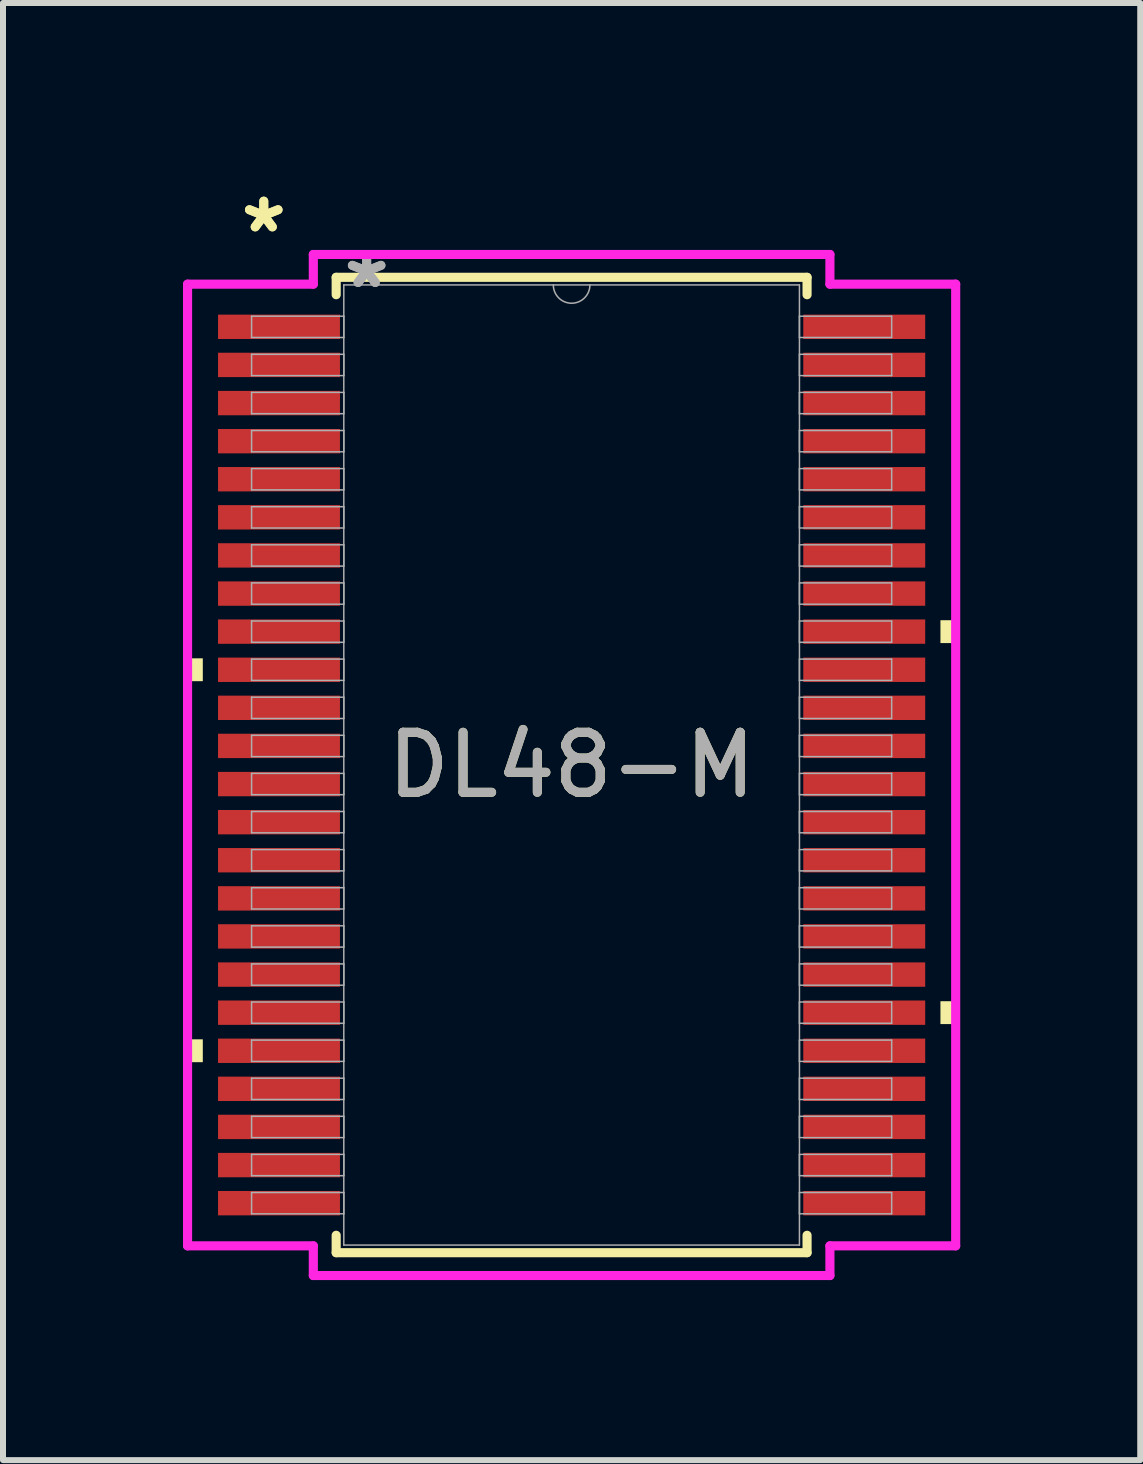
<source format=kicad_pcb>
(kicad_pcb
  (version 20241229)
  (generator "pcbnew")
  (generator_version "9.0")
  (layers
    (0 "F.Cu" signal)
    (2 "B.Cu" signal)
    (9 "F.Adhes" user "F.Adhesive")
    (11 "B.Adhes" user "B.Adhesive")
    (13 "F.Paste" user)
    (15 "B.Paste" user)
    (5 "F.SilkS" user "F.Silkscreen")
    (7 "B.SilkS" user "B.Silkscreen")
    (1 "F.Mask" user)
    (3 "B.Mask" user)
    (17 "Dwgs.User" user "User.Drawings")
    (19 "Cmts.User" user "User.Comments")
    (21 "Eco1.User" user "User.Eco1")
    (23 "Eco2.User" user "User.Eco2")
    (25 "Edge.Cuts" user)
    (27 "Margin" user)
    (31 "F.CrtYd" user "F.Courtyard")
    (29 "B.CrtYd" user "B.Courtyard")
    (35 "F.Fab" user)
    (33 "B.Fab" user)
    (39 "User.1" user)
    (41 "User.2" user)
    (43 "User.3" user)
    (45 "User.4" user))
  (footprint "DL48-M"
    (layer "F.Cu")
    (at 6.477 9.7)
    (property "Reference" "DL48-M" (at 0 0 0) (unlocked yes) (layer "F.SilkS") (effects (font (size 1 1) (thickness 0.15))))
    (attr smd)
    (fp_line (start -3.924 -8.128) (end -3.924 -7.838) (stroke (width 0.152) (type solid)) (layer "F.SilkS"))
    (fp_line (start -3.924 7.838) (end -3.924 8.128) (stroke (width 0.152) (type solid)) (layer "F.SilkS"))
    (fp_line (start -3.924 8.128) (end 3.924 8.128) (stroke (width 0.152) (type solid)) (layer "F.SilkS"))
    (fp_line (start 3.924 -8.128) (end -3.924 -8.128) (stroke (width 0.152) (type solid)) (layer "F.SilkS"))
    (fp_line (start 3.924 -7.838) (end 3.924 -8.128) (stroke (width 0.152) (type solid)) (layer "F.SilkS"))
    (fp_line (start 3.924 8.128) (end 3.924 7.838) (stroke (width 0.152) (type solid)) (layer "F.SilkS"))
    (fp_poly (pts (xy -6.401 -1.778) (xy -6.401 -1.397) (xy -6.147 -1.397) (xy -6.147 -1.778)) (stroke (width 0) (type solid)) (fill yes) (layer "F.SilkS"))
    (fp_poly (pts (xy -6.401 4.572) (xy -6.401 4.953) (xy -6.147 4.953) (xy -6.147 4.572)) (stroke (width 0) (type solid)) (fill yes) (layer "F.SilkS"))
    (fp_poly (pts (xy 6.401 -2.413) (xy 6.401 -2.032) (xy 6.147 -2.032) (xy 6.147 -2.413)) (stroke (width 0) (type solid)) (fill yes) (layer "F.SilkS"))
    (fp_poly (pts (xy 6.401 3.937) (xy 6.401 4.318) (xy 6.147 4.318) (xy 6.147 3.937)) (stroke (width 0) (type solid)) (fill yes) (layer "F.SilkS"))
    (fp_line (start -6.401 -8.014) (end -4.305 -8.014) (stroke (width 0.152) (type solid)) (layer "F.CrtYd"))
    (fp_line (start -6.401 8.014) (end -6.401 -8.014) (stroke (width 0.152) (type solid)) (layer "F.CrtYd"))
    (fp_line (start -6.401 8.014) (end -4.305 8.014) (stroke (width 0.152) (type solid)) (layer "F.CrtYd"))
    (fp_line (start -4.305 -8.509) (end 4.305 -8.509) (stroke (width 0.152) (type solid)) (layer "F.CrtYd"))
    (fp_line (start -4.305 -8.014) (end -4.305 -8.509) (stroke (width 0.152) (type solid)) (layer "F.CrtYd"))
    (fp_line (start -4.305 8.509) (end -4.305 8.014) (stroke (width 0.152) (type solid)) (layer "F.CrtYd"))
    (fp_line (start 4.305 -8.509) (end 4.305 -8.014) (stroke (width 0.152) (type solid)) (layer "F.CrtYd"))
    (fp_line (start 4.305 8.014) (end 4.305 8.509) (stroke (width 0.152) (type solid)) (layer "F.CrtYd"))
    (fp_line (start 4.305 8.509) (end -4.305 8.509) (stroke (width 0.152) (type solid)) (layer "F.CrtYd"))
    (fp_line (start 6.401 -8.014) (end 4.305 -8.014) (stroke (width 0.152) (type solid)) (layer "F.CrtYd"))
    (fp_line (start 6.401 -8.014) (end 6.401 8.014) (stroke (width 0.152) (type solid)) (layer "F.CrtYd"))
    (fp_line (start 6.401 8.014) (end 4.305 8.014) (stroke (width 0.152) (type solid)) (layer "F.CrtYd"))
    (fp_line (start -5.334 -7.48) (end -5.334 -7.125) (stroke (width 0.025) (type solid)) (layer "F.Fab"))
    (fp_line (start -5.334 -7.125) (end -3.797 -7.125) (stroke (width 0.025) (type solid)) (layer "F.Fab"))
    (fp_line (start -5.334 -6.845) (end -5.334 -6.49) (stroke (width 0.025) (type solid)) (layer "F.Fab"))
    (fp_line (start -5.334 -6.49) (end -3.797 -6.49) (stroke (width 0.025) (type solid)) (layer "F.Fab"))
    (fp_line (start -5.334 -6.21) (end -5.334 -5.855) (stroke (width 0.025) (type solid)) (layer "F.Fab"))
    (fp_line (start -5.334 -5.855) (end -3.797 -5.855) (stroke (width 0.025) (type solid)) (layer "F.Fab"))
    (fp_line (start -5.334 -5.575) (end -5.334 -5.22) (stroke (width 0.025) (type solid)) (layer "F.Fab"))
    (fp_line (start -5.334 -5.22) (end -3.797 -5.22) (stroke (width 0.025) (type solid)) (layer "F.Fab"))
    (fp_line (start -5.334 -4.94) (end -5.334 -4.585) (stroke (width 0.025) (type solid)) (layer "F.Fab"))
    (fp_line (start -5.334 -4.585) (end -3.797 -4.585) (stroke (width 0.025) (type solid)) (layer "F.Fab"))
    (fp_line (start -5.334 -4.305) (end -5.334 -3.95) (stroke (width 0.025) (type solid)) (layer "F.Fab"))
    (fp_line (start -5.334 -3.95) (end -3.797 -3.95) (stroke (width 0.025) (type solid)) (layer "F.Fab"))
    (fp_line (start -5.334 -3.67) (end -5.334 -3.315) (stroke (width 0.025) (type solid)) (layer "F.Fab"))
    (fp_line (start -5.334 -3.315) (end -3.797 -3.315) (stroke (width 0.025) (type solid)) (layer "F.Fab"))
    (fp_line (start -5.334 -3.035) (end -5.334 -2.68) (stroke (width 0.025) (type solid)) (layer "F.Fab"))
    (fp_line (start -5.334 -2.68) (end -3.797 -2.68) (stroke (width 0.025) (type solid)) (layer "F.Fab"))
    (fp_line (start -5.334 -2.4) (end -5.334 -2.045) (stroke (width 0.025) (type solid)) (layer "F.Fab"))
    (fp_line (start -5.334 -2.045) (end -3.797 -2.045) (stroke (width 0.025) (type solid)) (layer "F.Fab"))
    (fp_line (start -5.334 -1.765) (end -5.334 -1.41) (stroke (width 0.025) (type solid)) (layer "F.Fab"))
    (fp_line (start -5.334 -1.41) (end -3.797 -1.41) (stroke (width 0.025) (type solid)) (layer "F.Fab"))
    (fp_line (start -5.334 -1.13) (end -5.334 -0.775) (stroke (width 0.025) (type solid)) (layer "F.Fab"))
    (fp_line (start -5.334 -0.775) (end -3.797 -0.775) (stroke (width 0.025) (type solid)) (layer "F.Fab"))
    (fp_line (start -5.334 -0.495) (end -5.334 -0.14) (stroke (width 0.025) (type solid)) (layer "F.Fab"))
    (fp_line (start -5.334 -0.14) (end -3.797 -0.14) (stroke (width 0.025) (type solid)) (layer "F.Fab"))
    (fp_line (start -5.334 0.14) (end -5.334 0.495) (stroke (width 0.025) (type solid)) (layer "F.Fab"))
    (fp_line (start -5.334 0.495) (end -3.797 0.495) (stroke (width 0.025) (type solid)) (layer "F.Fab"))
    (fp_line (start -5.334 0.775) (end -5.334 1.13) (stroke (width 0.025) (type solid)) (layer "F.Fab"))
    (fp_line (start -5.334 1.13) (end -3.797 1.13) (stroke (width 0.025) (type solid)) (layer "F.Fab"))
    (fp_line (start -5.334 1.41) (end -5.334 1.765) (stroke (width 0.025) (type solid)) (layer "F.Fab"))
    (fp_line (start -5.334 1.765) (end -3.797 1.765) (stroke (width 0.025) (type solid)) (layer "F.Fab"))
    (fp_line (start -5.334 2.045) (end -5.334 2.4) (stroke (width 0.025) (type solid)) (layer "F.Fab"))
    (fp_line (start -5.334 2.4) (end -3.797 2.4) (stroke (width 0.025) (type solid)) (layer "F.Fab"))
    (fp_line (start -5.334 2.68) (end -5.334 3.035) (stroke (width 0.025) (type solid)) (layer "F.Fab"))
    (fp_line (start -5.334 3.035) (end -3.797 3.035) (stroke (width 0.025) (type solid)) (layer "F.Fab"))
    (fp_line (start -5.334 3.315) (end -5.334 3.67) (stroke (width 0.025) (type solid)) (layer "F.Fab"))
    (fp_line (start -5.334 3.67) (end -3.797 3.67) (stroke (width 0.025) (type solid)) (layer "F.Fab"))
    (fp_line (start -5.334 3.95) (end -5.334 4.305) (stroke (width 0.025) (type solid)) (layer "F.Fab"))
    (fp_line (start -5.334 4.305) (end -3.797 4.305) (stroke (width 0.025) (type solid)) (layer "F.Fab"))
    (fp_line (start -5.334 4.585) (end -5.334 4.94) (stroke (width 0.025) (type solid)) (layer "F.Fab"))
    (fp_line (start -5.334 4.94) (end -3.797 4.94) (stroke (width 0.025) (type solid)) (layer "F.Fab"))
    (fp_line (start -5.334 5.22) (end -5.334 5.575) (stroke (width 0.025) (type solid)) (layer "F.Fab"))
    (fp_line (start -5.334 5.575) (end -3.797 5.575) (stroke (width 0.025) (type solid)) (layer "F.Fab"))
    (fp_line (start -5.334 5.855) (end -5.334 6.21) (stroke (width 0.025) (type solid)) (layer "F.Fab"))
    (fp_line (start -5.334 6.21) (end -3.797 6.21) (stroke (width 0.025) (type solid)) (layer "F.Fab"))
    (fp_line (start -5.334 6.49) (end -5.334 6.845) (stroke (width 0.025) (type solid)) (layer "F.Fab"))
    (fp_line (start -5.334 6.845) (end -3.797 6.845) (stroke (width 0.025) (type solid)) (layer "F.Fab"))
    (fp_line (start -5.334 7.125) (end -5.334 7.48) (stroke (width 0.025) (type solid)) (layer "F.Fab"))
    (fp_line (start -5.334 7.48) (end -3.797 7.48) (stroke (width 0.025) (type solid)) (layer "F.Fab"))
    (fp_line (start -3.797 -8.001) (end -3.797 8.001) (stroke (width 0.025) (type solid)) (layer "F.Fab"))
    (fp_line (start -3.797 -7.48) (end -5.334 -7.48) (stroke (width 0.025) (type solid)) (layer "F.Fab"))
    (fp_line (start -3.797 -7.125) (end -3.797 -7.48) (stroke (width 0.025) (type solid)) (layer "F.Fab"))
    (fp_line (start -3.797 -6.845) (end -5.334 -6.845) (stroke (width 0.025) (type solid)) (layer "F.Fab"))
    (fp_line (start -3.797 -6.49) (end -3.797 -6.845) (stroke (width 0.025) (type solid)) (layer "F.Fab"))
    (fp_line (start -3.797 -6.21) (end -5.334 -6.21) (stroke (width 0.025) (type solid)) (layer "F.Fab"))
    (fp_line (start -3.797 -5.855) (end -3.797 -6.21) (stroke (width 0.025) (type solid)) (layer "F.Fab"))
    (fp_line (start -3.797 -5.575) (end -5.334 -5.575) (stroke (width 0.025) (type solid)) (layer "F.Fab"))
    (fp_line (start -3.797 -5.22) (end -3.797 -5.575) (stroke (width 0.025) (type solid)) (layer "F.Fab"))
    (fp_line (start -3.797 -4.94) (end -5.334 -4.94) (stroke (width 0.025) (type solid)) (layer "F.Fab"))
    (fp_line (start -3.797 -4.585) (end -3.797 -4.94) (stroke (width 0.025) (type solid)) (layer "F.Fab"))
    (fp_line (start -3.797 -4.305) (end -5.334 -4.305) (stroke (width 0.025) (type solid)) (layer "F.Fab"))
    (fp_line (start -3.797 -3.95) (end -3.797 -4.305) (stroke (width 0.025) (type solid)) (layer "F.Fab"))
    (fp_line (start -3.797 -3.67) (end -5.334 -3.67) (stroke (width 0.025) (type solid)) (layer "F.Fab"))
    (fp_line (start -3.797 -3.315) (end -3.797 -3.67) (stroke (width 0.025) (type solid)) (layer "F.Fab"))
    (fp_line (start -3.797 -3.035) (end -5.334 -3.035) (stroke (width 0.025) (type solid)) (layer "F.Fab"))
    (fp_line (start -3.797 -2.68) (end -3.797 -3.035) (stroke (width 0.025) (type solid)) (layer "F.Fab"))
    (fp_line (start -3.797 -2.4) (end -5.334 -2.4) (stroke (width 0.025) (type solid)) (layer "F.Fab"))
    (fp_line (start -3.797 -2.045) (end -3.797 -2.4) (stroke (width 0.025) (type solid)) (layer "F.Fab"))
    (fp_line (start -3.797 -1.765) (end -5.334 -1.765) (stroke (width 0.025) (type solid)) (layer "F.Fab"))
    (fp_line (start -3.797 -1.41) (end -3.797 -1.765) (stroke (width 0.025) (type solid)) (layer "F.Fab"))
    (fp_line (start -3.797 -1.13) (end -5.334 -1.13) (stroke (width 0.025) (type solid)) (layer "F.Fab"))
    (fp_line (start -3.797 -0.775) (end -3.797 -1.13) (stroke (width 0.025) (type solid)) (layer "F.Fab"))
    (fp_line (start -3.797 -0.495) (end -5.334 -0.495) (stroke (width 0.025) (type solid)) (layer "F.Fab"))
    (fp_line (start -3.797 -0.14) (end -3.797 -0.495) (stroke (width 0.025) (type solid)) (layer "F.Fab"))
    (fp_line (start -3.797 0.14) (end -5.334 0.14) (stroke (width 0.025) (type solid)) (layer "F.Fab"))
    (fp_line (start -3.797 0.495) (end -3.797 0.14) (stroke (width 0.025) (type solid)) (layer "F.Fab"))
    (fp_line (start -3.797 0.775) (end -5.334 0.775) (stroke (width 0.025) (type solid)) (layer "F.Fab"))
    (fp_line (start -3.797 1.13) (end -3.797 0.775) (stroke (width 0.025) (type solid)) (layer "F.Fab"))
    (fp_line (start -3.797 1.41) (end -5.334 1.41) (stroke (width 0.025) (type solid)) (layer "F.Fab"))
    (fp_line (start -3.797 1.765) (end -3.797 1.41) (stroke (width 0.025) (type solid)) (layer "F.Fab"))
    (fp_line (start -3.797 2.045) (end -5.334 2.045) (stroke (width 0.025) (type solid)) (layer "F.Fab"))
    (fp_line (start -3.797 2.4) (end -3.797 2.045) (stroke (width 0.025) (type solid)) (layer "F.Fab"))
    (fp_line (start -3.797 2.68) (end -5.334 2.68) (stroke (width 0.025) (type solid)) (layer "F.Fab"))
    (fp_line (start -3.797 3.035) (end -3.797 2.68) (stroke (width 0.025) (type solid)) (layer "F.Fab"))
    (fp_line (start -3.797 3.315) (end -5.334 3.315) (stroke (width 0.025) (type solid)) (layer "F.Fab"))
    (fp_line (start -3.797 3.67) (end -3.797 3.315) (stroke (width 0.025) (type solid)) (layer "F.Fab"))
    (fp_line (start -3.797 3.95) (end -5.334 3.95) (stroke (width 0.025) (type solid)) (layer "F.Fab"))
    (fp_line (start -3.797 4.305) (end -3.797 3.95) (stroke (width 0.025) (type solid)) (layer "F.Fab"))
    (fp_line (start -3.797 4.585) (end -5.334 4.585) (stroke (width 0.025) (type solid)) (layer "F.Fab"))
    (fp_line (start -3.797 4.94) (end -3.797 4.585) (stroke (width 0.025) (type solid)) (layer "F.Fab"))
    (fp_line (start -3.797 5.22) (end -5.334 5.22) (stroke (width 0.025) (type solid)) (layer "F.Fab"))
    (fp_line (start -3.797 5.575) (end -3.797 5.22) (stroke (width 0.025) (type solid)) (layer "F.Fab"))
    (fp_line (start -3.797 5.855) (end -5.334 5.855) (stroke (width 0.025) (type solid)) (layer "F.Fab"))
    (fp_line (start -3.797 6.21) (end -3.797 5.855) (stroke (width 0.025) (type solid)) (layer "F.Fab"))
    (fp_line (start -3.797 6.49) (end -5.334 6.49) (stroke (width 0.025) (type solid)) (layer "F.Fab"))
    (fp_line (start -3.797 6.845) (end -3.797 6.49) (stroke (width 0.025) (type solid)) (layer "F.Fab"))
    (fp_line (start -3.797 7.125) (end -5.334 7.125) (stroke (width 0.025) (type solid)) (layer "F.Fab"))
    (fp_line (start -3.797 7.48) (end -3.797 7.125) (stroke (width 0.025) (type solid)) (layer "F.Fab"))
    (fp_line (start -3.797 8.001) (end 3.797 8.001) (stroke (width 0.025) (type solid)) (layer "F.Fab"))
    (fp_line (start 3.797 -8.001) (end -3.797 -8.001) (stroke (width 0.025) (type solid)) (layer "F.Fab"))
    (fp_line (start 3.797 -7.48) (end 3.797 -7.125) (stroke (width 0.025) (type solid)) (layer "F.Fab"))
    (fp_line (start 3.797 -7.125) (end 5.334 -7.125) (stroke (width 0.025) (type solid)) (layer "F.Fab"))
    (fp_line (start 3.797 -6.845) (end 3.797 -6.49) (stroke (width 0.025) (type solid)) (layer "F.Fab"))
    (fp_line (start 3.797 -6.49) (end 5.334 -6.49) (stroke (width 0.025) (type solid)) (layer "F.Fab"))
    (fp_line (start 3.797 -6.21) (end 3.797 -5.855) (stroke (width 0.025) (type solid)) (layer "F.Fab"))
    (fp_line (start 3.797 -5.855) (end 5.334 -5.855) (stroke (width 0.025) (type solid)) (layer "F.Fab"))
    (fp_line (start 3.797 -5.575) (end 3.797 -5.22) (stroke (width 0.025) (type solid)) (layer "F.Fab"))
    (fp_line (start 3.797 -5.22) (end 5.334 -5.22) (stroke (width 0.025) (type solid)) (layer "F.Fab"))
    (fp_line (start 3.797 -4.94) (end 3.797 -4.585) (stroke (width 0.025) (type solid)) (layer "F.Fab"))
    (fp_line (start 3.797 -4.585) (end 5.334 -4.585) (stroke (width 0.025) (type solid)) (layer "F.Fab"))
    (fp_line (start 3.797 -4.305) (end 3.797 -3.95) (stroke (width 0.025) (type solid)) (layer "F.Fab"))
    (fp_line (start 3.797 -3.95) (end 5.334 -3.95) (stroke (width 0.025) (type solid)) (layer "F.Fab"))
    (fp_line (start 3.797 -3.67) (end 3.797 -3.315) (stroke (width 0.025) (type solid)) (layer "F.Fab"))
    (fp_line (start 3.797 -3.315) (end 5.334 -3.315) (stroke (width 0.025) (type solid)) (layer "F.Fab"))
    (fp_line (start 3.797 -3.035) (end 3.797 -2.68) (stroke (width 0.025) (type solid)) (layer "F.Fab"))
    (fp_line (start 3.797 -2.68) (end 5.334 -2.68) (stroke (width 0.025) (type solid)) (layer "F.Fab"))
    (fp_line (start 3.797 -2.4) (end 3.797 -2.045) (stroke (width 0.025) (type solid)) (layer "F.Fab"))
    (fp_line (start 3.797 -2.045) (end 5.334 -2.045) (stroke (width 0.025) (type solid)) (layer "F.Fab"))
    (fp_line (start 3.797 -1.765) (end 3.797 -1.41) (stroke (width 0.025) (type solid)) (layer "F.Fab"))
    (fp_line (start 3.797 -1.41) (end 5.334 -1.41) (stroke (width 0.025) (type solid)) (layer "F.Fab"))
    (fp_line (start 3.797 -1.13) (end 3.797 -0.775) (stroke (width 0.025) (type solid)) (layer "F.Fab"))
    (fp_line (start 3.797 -0.775) (end 5.334 -0.775) (stroke (width 0.025) (type solid)) (layer "F.Fab"))
    (fp_line (start 3.797 -0.495) (end 3.797 -0.14) (stroke (width 0.025) (type solid)) (layer "F.Fab"))
    (fp_line (start 3.797 -0.14) (end 5.334 -0.14) (stroke (width 0.025) (type solid)) (layer "F.Fab"))
    (fp_line (start 3.797 0.14) (end 3.797 0.495) (stroke (width 0.025) (type solid)) (layer "F.Fab"))
    (fp_line (start 3.797 0.495) (end 5.334 0.495) (stroke (width 0.025) (type solid)) (layer "F.Fab"))
    (fp_line (start 3.797 0.775) (end 3.797 1.13) (stroke (width 0.025) (type solid)) (layer "F.Fab"))
    (fp_line (start 3.797 1.13) (end 5.334 1.13) (stroke (width 0.025) (type solid)) (layer "F.Fab"))
    (fp_line (start 3.797 1.41) (end 3.797 1.765) (stroke (width 0.025) (type solid)) (layer "F.Fab"))
    (fp_line (start 3.797 1.765) (end 5.334 1.765) (stroke (width 0.025) (type solid)) (layer "F.Fab"))
    (fp_line (start 3.797 2.045) (end 3.797 2.4) (stroke (width 0.025) (type solid)) (layer "F.Fab"))
    (fp_line (start 3.797 2.4) (end 5.334 2.4) (stroke (width 0.025) (type solid)) (layer "F.Fab"))
    (fp_line (start 3.797 2.68) (end 3.797 3.035) (stroke (width 0.025) (type solid)) (layer "F.Fab"))
    (fp_line (start 3.797 3.035) (end 5.334 3.035) (stroke (width 0.025) (type solid)) (layer "F.Fab"))
    (fp_line (start 3.797 3.315) (end 3.797 3.67) (stroke (width 0.025) (type solid)) (layer "F.Fab"))
    (fp_line (start 3.797 3.67) (end 5.334 3.67) (stroke (width 0.025) (type solid)) (layer "F.Fab"))
    (fp_line (start 3.797 3.95) (end 3.797 4.305) (stroke (width 0.025) (type solid)) (layer "F.Fab"))
    (fp_line (start 3.797 4.305) (end 5.334 4.305) (stroke (width 0.025) (type solid)) (layer "F.Fab"))
    (fp_line (start 3.797 4.585) (end 3.797 4.94) (stroke (width 0.025) (type solid)) (layer "F.Fab"))
    (fp_line (start 3.797 4.94) (end 5.334 4.94) (stroke (width 0.025) (type solid)) (layer "F.Fab"))
    (fp_line (start 3.797 5.22) (end 3.797 5.575) (stroke (width 0.025) (type solid)) (layer "F.Fab"))
    (fp_line (start 3.797 5.575) (end 5.334 5.575) (stroke (width 0.025) (type solid)) (layer "F.Fab"))
    (fp_line (start 3.797 5.855) (end 3.797 6.21) (stroke (width 0.025) (type solid)) (layer "F.Fab"))
    (fp_line (start 3.797 6.21) (end 5.334 6.21) (stroke (width 0.025) (type solid)) (layer "F.Fab"))
    (fp_line (start 3.797 6.49) (end 3.797 6.845) (stroke (width 0.025) (type solid)) (layer "F.Fab"))
    (fp_line (start 3.797 6.845) (end 5.334 6.845) (stroke (width 0.025) (type solid)) (layer "F.Fab"))
    (fp_line (start 3.797 7.125) (end 3.797 7.48) (stroke (width 0.025) (type solid)) (layer "F.Fab"))
    (fp_line (start 3.797 7.48) (end 5.334 7.48) (stroke (width 0.025) (type solid)) (layer "F.Fab"))
    (fp_line (start 3.797 8.001) (end 3.797 -8.001) (stroke (width 0.025) (type solid)) (layer "F.Fab"))
    (fp_line (start 5.334 -7.48) (end 3.797 -7.48) (stroke (width 0.025) (type solid)) (layer "F.Fab"))
    (fp_line (start 5.334 -7.125) (end 5.334 -7.48) (stroke (width 0.025) (type solid)) (layer "F.Fab"))
    (fp_line (start 5.334 -6.845) (end 3.797 -6.845) (stroke (width 0.025) (type solid)) (layer "F.Fab"))
    (fp_line (start 5.334 -6.49) (end 5.334 -6.845) (stroke (width 0.025) (type solid)) (layer "F.Fab"))
    (fp_line (start 5.334 -6.21) (end 3.797 -6.21) (stroke (width 0.025) (type solid)) (layer "F.Fab"))
    (fp_line (start 5.334 -5.855) (end 5.334 -6.21) (stroke (width 0.025) (type solid)) (layer "F.Fab"))
    (fp_line (start 5.334 -5.575) (end 3.797 -5.575) (stroke (width 0.025) (type solid)) (layer "F.Fab"))
    (fp_line (start 5.334 -5.22) (end 5.334 -5.575) (stroke (width 0.025) (type solid)) (layer "F.Fab"))
    (fp_line (start 5.334 -4.94) (end 3.797 -4.94) (stroke (width 0.025) (type solid)) (layer "F.Fab"))
    (fp_line (start 5.334 -4.585) (end 5.334 -4.94) (stroke (width 0.025) (type solid)) (layer "F.Fab"))
    (fp_line (start 5.334 -4.305) (end 3.797 -4.305) (stroke (width 0.025) (type solid)) (layer "F.Fab"))
    (fp_line (start 5.334 -3.95) (end 5.334 -4.305) (stroke (width 0.025) (type solid)) (layer "F.Fab"))
    (fp_line (start 5.334 -3.67) (end 3.797 -3.67) (stroke (width 0.025) (type solid)) (layer "F.Fab"))
    (fp_line (start 5.334 -3.315) (end 5.334 -3.67) (stroke (width 0.025) (type solid)) (layer "F.Fab"))
    (fp_line (start 5.334 -3.035) (end 3.797 -3.035) (stroke (width 0.025) (type solid)) (layer "F.Fab"))
    (fp_line (start 5.334 -2.68) (end 5.334 -3.035) (stroke (width 0.025) (type solid)) (layer "F.Fab"))
    (fp_line (start 5.334 -2.4) (end 3.797 -2.4) (stroke (width 0.025) (type solid)) (layer "F.Fab"))
    (fp_line (start 5.334 -2.045) (end 5.334 -2.4) (stroke (width 0.025) (type solid)) (layer "F.Fab"))
    (fp_line (start 5.334 -1.765) (end 3.797 -1.765) (stroke (width 0.025) (type solid)) (layer "F.Fab"))
    (fp_line (start 5.334 -1.41) (end 5.334 -1.765) (stroke (width 0.025) (type solid)) (layer "F.Fab"))
    (fp_line (start 5.334 -1.13) (end 3.797 -1.13) (stroke (width 0.025) (type solid)) (layer "F.Fab"))
    (fp_line (start 5.334 -0.775) (end 5.334 -1.13) (stroke (width 0.025) (type solid)) (layer "F.Fab"))
    (fp_line (start 5.334 -0.495) (end 3.797 -0.495) (stroke (width 0.025) (type solid)) (layer "F.Fab"))
    (fp_line (start 5.334 -0.14) (end 5.334 -0.495) (stroke (width 0.025) (type solid)) (layer "F.Fab"))
    (fp_line (start 5.334 0.14) (end 3.797 0.14) (stroke (width 0.025) (type solid)) (layer "F.Fab"))
    (fp_line (start 5.334 0.495) (end 5.334 0.14) (stroke (width 0.025) (type solid)) (layer "F.Fab"))
    (fp_line (start 5.334 0.775) (end 3.797 0.775) (stroke (width 0.025) (type solid)) (layer "F.Fab"))
    (fp_line (start 5.334 1.13) (end 5.334 0.775) (stroke (width 0.025) (type solid)) (layer "F.Fab"))
    (fp_line (start 5.334 1.41) (end 3.797 1.41) (stroke (width 0.025) (type solid)) (layer "F.Fab"))
    (fp_line (start 5.334 1.765) (end 5.334 1.41) (stroke (width 0.025) (type solid)) (layer "F.Fab"))
    (fp_line (start 5.334 2.045) (end 3.797 2.045) (stroke (width 0.025) (type solid)) (layer "F.Fab"))
    (fp_line (start 5.334 2.4) (end 5.334 2.045) (stroke (width 0.025) (type solid)) (layer "F.Fab"))
    (fp_line (start 5.334 2.68) (end 3.797 2.68) (stroke (width 0.025) (type solid)) (layer "F.Fab"))
    (fp_line (start 5.334 3.035) (end 5.334 2.68) (stroke (width 0.025) (type solid)) (layer "F.Fab"))
    (fp_line (start 5.334 3.315) (end 3.797 3.315) (stroke (width 0.025) (type solid)) (layer "F.Fab"))
    (fp_line (start 5.334 3.67) (end 5.334 3.315) (stroke (width 0.025) (type solid)) (layer "F.Fab"))
    (fp_line (start 5.334 3.95) (end 3.797 3.95) (stroke (width 0.025) (type solid)) (layer "F.Fab"))
    (fp_line (start 5.334 4.305) (end 5.334 3.95) (stroke (width 0.025) (type solid)) (layer "F.Fab"))
    (fp_line (start 5.334 4.585) (end 3.797 4.585) (stroke (width 0.025) (type solid)) (layer "F.Fab"))
    (fp_line (start 5.334 4.94) (end 5.334 4.585) (stroke (width 0.025) (type solid)) (layer "F.Fab"))
    (fp_line (start 5.334 5.22) (end 3.797 5.22) (stroke (width 0.025) (type solid)) (layer "F.Fab"))
    (fp_line (start 5.334 5.575) (end 5.334 5.22) (stroke (width 0.025) (type solid)) (layer "F.Fab"))
    (fp_line (start 5.334 5.855) (end 3.797 5.855) (stroke (width 0.025) (type solid)) (layer "F.Fab"))
    (fp_line (start 5.334 6.21) (end 5.334 5.855) (stroke (width 0.025) (type solid)) (layer "F.Fab"))
    (fp_line (start 5.334 6.49) (end 3.797 6.49) (stroke (width 0.025) (type solid)) (layer "F.Fab"))
    (fp_line (start 5.334 6.845) (end 5.334 6.49) (stroke (width 0.025) (type solid)) (layer "F.Fab"))
    (fp_line (start 5.334 7.125) (end 3.797 7.125) (stroke (width 0.025) (type solid)) (layer "F.Fab"))
    (fp_line (start 5.334 7.48) (end 5.334 7.125) (stroke (width 0.025) (type solid)) (layer "F.Fab"))
    (fp_arc (start 0.3048 -8.001) (mid 0 -7.6962) (end -0.3048 -8.001) (stroke (width 0.0254) (type solid)) (layer "F.Fab"))
    (fp_text user "*" (at -5.131 -8.852 0) (unlocked yes) (layer "F.SilkS") (effects (font (size 1 1) (thickness 0.15))))
    (fp_text user "*" (at -5.131 -8.852 0) (layer "F.SilkS") (effects (font (size 1 1) (thickness 0.15))))
    (fp_text user "*" (at -3.416 -7.925 0) (unlocked yes) (layer "F.Fab") (effects (font (size 1 1) (thickness 0.15))))
    (fp_text user "${REFERENCE}" (at 0 0 0) (unlocked yes) (layer "F.Fab") (effects (font (size 1 1) (thickness 0.15))))
    (fp_text user "*" (at -3.416 -7.925 0) (layer "F.Fab") (effects (font (size 1 1) (thickness 0.15))))
    (pad "1" smd rect (at -4.877 -7.303) (size 2.032 0.406) (layers "F.Cu" "F.Mask" "F.Paste"))
    (pad "2" smd rect (at -4.877 -6.668) (size 2.032 0.406) (layers "F.Cu" "F.Mask" "F.Paste"))
    (pad "3" smd rect (at -4.877 -6.032) (size 2.032 0.406) (layers "F.Cu" "F.Mask" "F.Paste"))
    (pad "4" smd rect (at -4.877 -5.397) (size 2.032 0.406) (layers "F.Cu" "F.Mask" "F.Paste"))
    (pad "5" smd rect (at -4.877 -4.763) (size 2.032 0.406) (layers "F.Cu" "F.Mask" "F.Paste"))
    (pad "6" smd rect (at -4.877 -4.128) (size 2.032 0.406) (layers "F.Cu" "F.Mask" "F.Paste"))
    (pad "7" smd rect (at -4.877 -3.493) (size 2.032 0.406) (layers "F.Cu" "F.Mask" "F.Paste"))
    (pad "8" smd rect (at -4.877 -2.857) (size 2.032 0.406) (layers "F.Cu" "F.Mask" "F.Paste"))
    (pad "9" smd rect (at -4.877 -2.223) (size 2.032 0.406) (layers "F.Cu" "F.Mask" "F.Paste"))
    (pad "10" smd rect (at -4.877 -1.587) (size 2.032 0.406) (layers "F.Cu" "F.Mask" "F.Paste"))
    (pad "11" smd rect (at -4.877 -0.953) (size 2.032 0.406) (layers "F.Cu" "F.Mask" "F.Paste"))
    (pad "12" smd rect (at -4.877 -0.318) (size 2.032 0.406) (layers "F.Cu" "F.Mask" "F.Paste"))
    (pad "13" smd rect (at -4.877 0.318) (size 2.032 0.406) (layers "F.Cu" "F.Mask" "F.Paste"))
    (pad "14" smd rect (at -4.877 0.953) (size 2.032 0.406) (layers "F.Cu" "F.Mask" "F.Paste"))
    (pad "15" smd rect (at -4.877 1.587) (size 2.032 0.406) (layers "F.Cu" "F.Mask" "F.Paste"))
    (pad "16" smd rect (at -4.877 2.223) (size 2.032 0.406) (layers "F.Cu" "F.Mask" "F.Paste"))
    (pad "17" smd rect (at -4.877 2.857) (size 2.032 0.406) (layers "F.Cu" "F.Mask" "F.Paste"))
    (pad "18" smd rect (at -4.877 3.493) (size 2.032 0.406) (layers "F.Cu" "F.Mask" "F.Paste"))
    (pad "19" smd rect (at -4.877 4.128) (size 2.032 0.406) (layers "F.Cu" "F.Mask" "F.Paste"))
    (pad "20" smd rect (at -4.877 4.763) (size 2.032 0.406) (layers "F.Cu" "F.Mask" "F.Paste"))
    (pad "21" smd rect (at -4.877 5.397) (size 2.032 0.406) (layers "F.Cu" "F.Mask" "F.Paste"))
    (pad "22" smd rect (at -4.877 6.032) (size 2.032 0.406) (layers "F.Cu" "F.Mask" "F.Paste"))
    (pad "23" smd rect (at -4.877 6.668) (size 2.032 0.406) (layers "F.Cu" "F.Mask" "F.Paste"))
    (pad "24" smd rect (at -4.877 7.303) (size 2.032 0.406) (layers "F.Cu" "F.Mask" "F.Paste"))
    (pad "25" smd rect (at 4.877 7.303) (size 2.032 0.406) (layers "F.Cu" "F.Mask" "F.Paste"))
    (pad "26" smd rect (at 4.877 6.668) (size 2.032 0.406) (layers "F.Cu" "F.Mask" "F.Paste"))
    (pad "27" smd rect (at 4.877 6.032) (size 2.032 0.406) (layers "F.Cu" "F.Mask" "F.Paste"))
    (pad "28" smd rect (at 4.877 5.397) (size 2.032 0.406) (layers "F.Cu" "F.Mask" "F.Paste"))
    (pad "29" smd rect (at 4.877 4.763) (size 2.032 0.406) (layers "F.Cu" "F.Mask" "F.Paste"))
    (pad "30" smd rect (at 4.877 4.128) (size 2.032 0.406) (layers "F.Cu" "F.Mask" "F.Paste"))
    (pad "31" smd rect (at 4.877 3.493) (size 2.032 0.406) (layers "F.Cu" "F.Mask" "F.Paste"))
    (pad "32" smd rect (at 4.877 2.857) (size 2.032 0.406) (layers "F.Cu" "F.Mask" "F.Paste"))
    (pad "33" smd rect (at 4.877 2.223) (size 2.032 0.406) (layers "F.Cu" "F.Mask" "F.Paste"))
    (pad "34" smd rect (at 4.877 1.587) (size 2.032 0.406) (layers "F.Cu" "F.Mask" "F.Paste"))
    (pad "35" smd rect (at 4.877 0.953) (size 2.032 0.406) (layers "F.Cu" "F.Mask" "F.Paste"))
    (pad "36" smd rect (at 4.877 0.318) (size 2.032 0.406) (layers "F.Cu" "F.Mask" "F.Paste"))
    (pad "37" smd rect (at 4.877 -0.318) (size 2.032 0.406) (layers "F.Cu" "F.Mask" "F.Paste"))
    (pad "38" smd rect (at 4.877 -0.953) (size 2.032 0.406) (layers "F.Cu" "F.Mask" "F.Paste"))
    (pad "39" smd rect (at 4.877 -1.587) (size 2.032 0.406) (layers "F.Cu" "F.Mask" "F.Paste"))
    (pad "40" smd rect (at 4.877 -2.223) (size 2.032 0.406) (layers "F.Cu" "F.Mask" "F.Paste"))
    (pad "41" smd rect (at 4.877 -2.857) (size 2.032 0.406) (layers "F.Cu" "F.Mask" "F.Paste"))
    (pad "42" smd rect (at 4.877 -3.493) (size 2.032 0.406) (layers "F.Cu" "F.Mask" "F.Paste"))
    (pad "43" smd rect (at 4.877 -4.128) (size 2.032 0.406) (layers "F.Cu" "F.Mask" "F.Paste"))
    (pad "44" smd rect (at 4.877 -4.763) (size 2.032 0.406) (layers "F.Cu" "F.Mask" "F.Paste"))
    (pad "45" smd rect (at 4.877 -5.397) (size 2.032 0.406) (layers "F.Cu" "F.Mask" "F.Paste"))
    (pad "46" smd rect (at 4.877 -6.032) (size 2.032 0.406) (layers "F.Cu" "F.Mask" "F.Paste"))
    (pad "47" smd rect (at 4.877 -6.668) (size 2.032 0.406) (layers "F.Cu" "F.Mask" "F.Paste"))
    (pad "48" smd rect (at 4.877 -7.303) (size 2.032 0.406) (layers "F.Cu" "F.Mask" "F.Paste")))
  (gr_rect
    (start -3 -3)
    (end 15.954 21.285)
    (stroke (width 0.1) (type default))
    (fill no)
    (layer "Edge.Cuts")))
</source>
